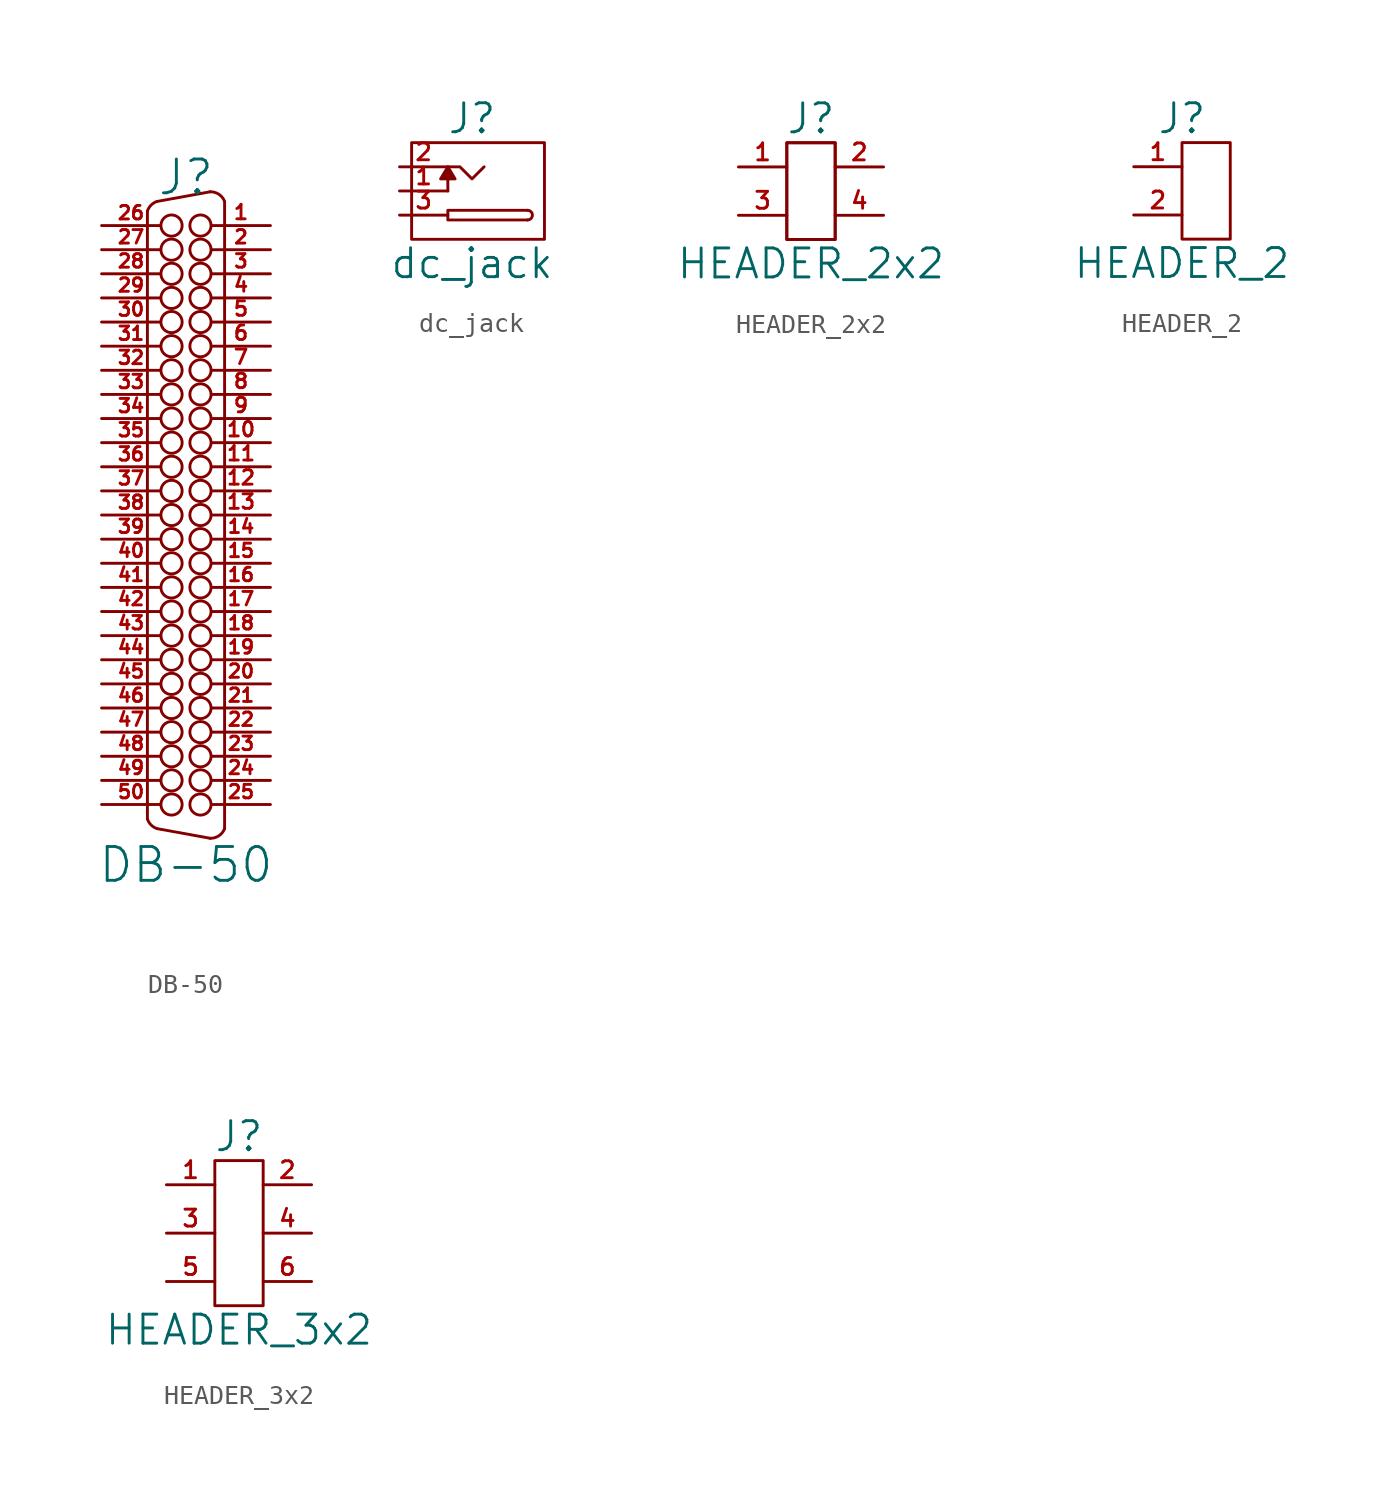
<source format=kicad_sym>
(kicad_symbol_lib
  (version 20201005)
  (generator kicad_symbol_editor)
  (symbol "DB-50"
    (pin_names
      (offset 1.016) hide)
    (property "Reference" "J"
      (at 0 17.78 0)
      (effects (font (size 1.778 1.778))))
    (property "Value" "DB-50"
      (at 0 -18.415 0)
      (effects (font (size 1.778 1.778))))
    (property "Footprint" ""
      (at 0 0 0)
      (effects (font (size 1.524 1.524))))
    (property "Datasheet" ""
      (at 0 0 0)
      (effects (font (size 1.524 1.524))))
    (symbol "DB-50_0_1"
      (arc (start -2.032 -16.002) (end -1.524 -16.51) (radius (at -1.27 -15.748) (length 0.7874) (angles -161.5 -108.4)) (stroke (width 0)) (fill (type none)))
      (arc (start -2.032 16.002) (end -1.524 16.51) (radius (at -1.27 15.748) (length 0.7874) (angles 161.5 108.4)) (stroke (width 0)) (fill (type none)))
      (arc (start 1.27 -17.018) (end 2.032 -16.51) (radius (at 1.2954 -16.2306) (length 0.7874) (angles -91.8 -20.7)) (stroke (width 0)) (fill (type none)))
      (arc (start 2.032 16.51) (end 1.27 17.018) (radius (at 1.2954 16.2306) (length 0.7874) (angles 20.7 91.8)) (stroke (width 0)) (fill (type none)))
      (circle (center -0.762 -15.24) (radius 0.559) (stroke (width 0)) (fill (type none)))
      (circle (center -0.762 -13.97) (radius 0.559) (stroke (width 0)) (fill (type none)))
      (circle (center -0.762 -12.7) (radius 0.559) (stroke (width 0)) (fill (type none)))
      (circle (center -0.762 -11.43) (radius 0.559) (stroke (width 0)) (fill (type none)))
      (circle (center -0.762 -10.16) (radius 0.559) (stroke (width 0)) (fill (type none)))
      (circle (center -0.762 -8.89) (radius 0.559) (stroke (width 0)) (fill (type none)))
      (circle (center -0.762 -7.62) (radius 0.559) (stroke (width 0)) (fill (type none)))
      (circle (center -0.762 -6.35) (radius 0.559) (stroke (width 0)) (fill (type none)))
      (circle (center -0.762 -5.08) (radius 0.559) (stroke (width 0)) (fill (type none)))
      (circle (center -0.762 -3.81) (radius 0.559) (stroke (width 0)) (fill (type none)))
      (circle (center -0.762 -2.54) (radius 0.559) (stroke (width 0)) (fill (type none)))
      (circle (center -0.762 -1.27) (radius 0.559) (stroke (width 0)) (fill (type none)))
      (circle (center -0.762 0) (radius 0.559) (stroke (width 0)) (fill (type none)))
      (circle (center -0.762 1.27) (radius 0.559) (stroke (width 0)) (fill (type none)))
      (circle (center -0.762 2.54) (radius 0.559) (stroke (width 0)) (fill (type none)))
      (circle (center -0.762 3.81) (radius 0.559) (stroke (width 0)) (fill (type none)))
      (circle (center -0.762 5.08) (radius 0.559) (stroke (width 0)) (fill (type none)))
      (circle (center -0.762 6.35) (radius 0.559) (stroke (width 0)) (fill (type none)))
      (circle (center -0.762 7.62) (radius 0.559) (stroke (width 0)) (fill (type none)))
      (circle (center -0.762 8.89) (radius 0.559) (stroke (width 0)) (fill (type none)))
      (circle (center -0.762 10.16) (radius 0.559) (stroke (width 0)) (fill (type none)))
      (circle (center -0.762 11.43) (radius 0.559) (stroke (width 0)) (fill (type none)))
      (circle (center -0.762 12.7) (radius 0.559) (stroke (width 0)) (fill (type none)))
      (circle (center -0.762 13.97) (radius 0.559) (stroke (width 0)) (fill (type none)))
      (circle (center -0.762 15.24) (radius 0.559) (stroke (width 0)) (fill (type none)))
      (circle (center 0.762 -15.24) (radius 0.559) (stroke (width 0)) (fill (type none)))
      (circle (center 0.762 -13.97) (radius 0.559) (stroke (width 0)) (fill (type none)))
      (circle (center 0.762 -12.7) (radius 0.559) (stroke (width 0)) (fill (type none)))
      (circle (center 0.762 -11.43) (radius 0.559) (stroke (width 0)) (fill (type none)))
      (circle (center 0.762 -10.16) (radius 0.559) (stroke (width 0)) (fill (type none)))
      (circle (center 0.762 -8.89) (radius 0.559) (stroke (width 0)) (fill (type none)))
      (circle (center 0.762 -7.62) (radius 0.559) (stroke (width 0)) (fill (type none)))
      (circle (center 0.762 -6.35) (radius 0.559) (stroke (width 0)) (fill (type none)))
      (circle (center 0.762 -5.08) (radius 0.559) (stroke (width 0)) (fill (type none)))
      (circle (center 0.762 -3.81) (radius 0.559) (stroke (width 0)) (fill (type none)))
      (circle (center 0.762 -2.54) (radius 0.559) (stroke (width 0)) (fill (type none)))
      (circle (center 0.762 -1.27) (radius 0.559) (stroke (width 0)) (fill (type none)))
      (circle (center 0.762 0) (radius 0.559) (stroke (width 0)) (fill (type none)))
      (circle (center 0.762 1.27) (radius 0.559) (stroke (width 0)) (fill (type none)))
      (circle (center 0.762 2.54) (radius 0.559) (stroke (width 0)) (fill (type none)))
      (circle (center 0.762 3.81) (radius 0.559) (stroke (width 0)) (fill (type none)))
      (circle (center 0.762 5.08) (radius 0.559) (stroke (width 0)) (fill (type none)))
      (circle (center 0.762 6.35) (radius 0.559) (stroke (width 0)) (fill (type none)))
      (circle (center 0.762 7.62) (radius 0.559) (stroke (width 0)) (fill (type none)))
      (circle (center 0.762 8.89) (radius 0.559) (stroke (width 0)) (fill (type none)))
      (circle (center 0.762 10.16) (radius 0.559) (stroke (width 0)) (fill (type none)))
      (circle (center 0.762 11.43) (radius 0.559) (stroke (width 0)) (fill (type none)))
      (circle (center 0.762 12.7) (radius 0.559) (stroke (width 0)) (fill (type none)))
      (circle (center 0.762 13.97) (radius 0.559) (stroke (width 0)) (fill (type none)))
      (circle (center 0.762 15.24) (radius 0.559) (stroke (width 0)) (fill (type none)))
      (polyline (pts (xy -2.032 16.002) (xy -2.032 -15.977)) (stroke (width 0)) (fill (type none)))
      (polyline (pts (xy 2.032 -16.51) (xy 2.032 16.485)) (stroke (width 0)) (fill (type none)))
      (polyline (pts (xy -1.524 -16.51) (xy 1.27 -17.018) (xy 1.27 -17.018)) (stroke (width 0)) (fill (type none)))
      (polyline (pts (xy -1.524 16.51) (xy 1.27 17.018) (xy 1.27 17.018)) (stroke (width 0)) (fill (type none))))
    (symbol "DB-50_1_1"
      (pin passive line (at 4.445 15.24 180) (length 3.099) (name "~" (effects (font (size 0.762 0.762)))) (number "1" (effects (font (size 0.762 0.762)))))
      (pin passive line (at 4.445 3.81 180) (length 3.099) (name "~" (effects (font (size 0.762 0.762)))) (number "10" (effects (font (size 0.762 0.762)))))
      (pin passive line (at 4.445 2.54 180) (length 3.099) (name "~" (effects (font (size 0.762 0.762)))) (number "11" (effects (font (size 0.762 0.762)))))
      (pin passive line (at 4.445 1.27 180) (length 3.099) (name "~" (effects (font (size 0.762 0.762)))) (number "12" (effects (font (size 0.762 0.762)))))
      (pin passive line (at 4.445 0 180) (length 3.099) (name "~" (effects (font (size 0.762 0.762)))) (number "13" (effects (font (size 0.762 0.762)))))
      (pin passive line (at 4.445 -1.27 180) (length 3.099) (name "~" (effects (font (size 0.711 0.711)))) (number "14" (effects (font (size 0.711 0.711)))))
      (pin passive line (at 4.445 -2.54 180) (length 3.099) (name "~" (effects (font (size 0.711 0.711)))) (number "15" (effects (font (size 0.711 0.711)))))
      (pin passive line (at 4.445 -3.81 180) (length 3.099) (name "~" (effects (font (size 0.711 0.711)))) (number "16" (effects (font (size 0.711 0.711)))))
      (pin passive line (at 4.445 -5.08 180) (length 3.099) (name "~" (effects (font (size 0.711 0.711)))) (number "17" (effects (font (size 0.711 0.711)))))
      (pin passive line (at 4.445 -6.35 180) (length 3.099) (name "~" (effects (font (size 0.711 0.711)))) (number "18" (effects (font (size 0.711 0.711)))))
      (pin passive line (at 4.445 -7.62 180) (length 3.099) (name "~" (effects (font (size 0.711 0.711)))) (number "19" (effects (font (size 0.711 0.711)))))
      (pin passive line (at 4.445 13.97 180) (length 3.099) (name "~" (effects (font (size 0.711 0.711)))) (number "2" (effects (font (size 0.711 0.711)))))
      (pin passive line (at 4.445 -8.89 180) (length 3.099) (name "~" (effects (font (size 0.711 0.711)))) (number "20" (effects (font (size 0.711 0.711)))))
      (pin passive line (at 4.445 -10.16 180) (length 3.099) (name "~" (effects (font (size 0.711 0.711)))) (number "21" (effects (font (size 0.711 0.711)))))
      (pin passive line (at 4.445 -11.43 180) (length 3.099) (name "~" (effects (font (size 0.711 0.711)))) (number "22" (effects (font (size 0.711 0.711)))))
      (pin passive line (at 4.445 -12.7 180) (length 3.099) (name "~" (effects (font (size 0.711 0.711)))) (number "23" (effects (font (size 0.711 0.711)))))
      (pin passive line (at 4.445 -13.97 180) (length 3.099) (name "~" (effects (font (size 0.711 0.711)))) (number "24" (effects (font (size 0.711 0.711)))))
      (pin passive line (at 4.445 -15.24 180) (length 3.099) (name "~" (effects (font (size 0.711 0.711)))) (number "25" (effects (font (size 0.711 0.711)))))
      (pin passive line (at -4.445 15.24 0) (length 3.099) (name "~" (effects (font (size 0.711 0.711)))) (number "26" (effects (font (size 0.711 0.711)))))
      (pin passive line (at -4.445 13.97 0) (length 3.099) (name "~" (effects (font (size 0.711 0.711)))) (number "27" (effects (font (size 0.711 0.711)))))
      (pin passive line (at -4.445 12.7 0) (length 3.099) (name "~" (effects (font (size 0.711 0.711)))) (number "28" (effects (font (size 0.711 0.711)))))
      (pin passive line (at -4.445 11.43 0) (length 3.099) (name "~" (effects (font (size 0.711 0.711)))) (number "29" (effects (font (size 0.711 0.711)))))
      (pin passive line (at 4.445 12.7 180) (length 3.099) (name "~" (effects (font (size 0.711 0.711)))) (number "3" (effects (font (size 0.711 0.711)))))
      (pin passive line (at -4.445 10.16 0) (length 3.099) (name "~" (effects (font (size 0.711 0.711)))) (number "30" (effects (font (size 0.711 0.711)))))
      (pin passive line (at -4.445 8.89 0) (length 3.099) (name "~" (effects (font (size 0.711 0.711)))) (number "31" (effects (font (size 0.711 0.711)))))
      (pin passive line (at -4.445 7.62 0) (length 3.099) (name "~" (effects (font (size 0.711 0.711)))) (number "32" (effects (font (size 0.711 0.711)))))
      (pin passive line (at -4.445 6.35 0) (length 3.099) (name "~" (effects (font (size 0.711 0.711)))) (number "33" (effects (font (size 0.711 0.711)))))
      (pin passive line (at -4.445 5.08 0) (length 3.099) (name "~" (effects (font (size 0.711 0.711)))) (number "34" (effects (font (size 0.711 0.711)))))
      (pin passive line (at -4.445 3.81 0) (length 3.099) (name "~" (effects (font (size 0.711 0.711)))) (number "35" (effects (font (size 0.711 0.711)))))
      (pin passive line (at -4.445 2.54 0) (length 3.099) (name "~" (effects (font (size 0.711 0.711)))) (number "36" (effects (font (size 0.711 0.711)))))
      (pin passive line (at -4.445 1.27 0) (length 3.099) (name "~" (effects (font (size 0.711 0.711)))) (number "37" (effects (font (size 0.711 0.711)))))
      (pin passive line (at -4.445 0 0) (length 3.099) (name "~" (effects (font (size 0.711 0.711)))) (number "38" (effects (font (size 0.711 0.711)))))
      (pin passive line (at -4.445 -1.27 0) (length 3.099) (name "~" (effects (font (size 0.711 0.711)))) (number "39" (effects (font (size 0.711 0.711)))))
      (pin passive line (at 4.445 11.43 180) (length 3.099) (name "~" (effects (font (size 0.762 0.762)))) (number "4" (effects (font (size 0.762 0.762)))))
      (pin passive line (at -4.445 -2.54 0) (length 3.099) (name "~" (effects (font (size 0.711 0.711)))) (number "40" (effects (font (size 0.711 0.711)))))
      (pin passive line (at -4.445 -3.81 0) (length 3.099) (name "~" (effects (font (size 0.711 0.711)))) (number "41" (effects (font (size 0.711 0.711)))))
      (pin passive line (at -4.445 -5.08 0) (length 3.099) (name "~" (effects (font (size 0.711 0.711)))) (number "42" (effects (font (size 0.711 0.711)))))
      (pin passive line (at -4.445 -6.35 0) (length 3.099) (name "~" (effects (font (size 0.711 0.711)))) (number "43" (effects (font (size 0.711 0.711)))))
      (pin passive line (at -4.445 -7.62 0) (length 3.099) (name "~" (effects (font (size 0.711 0.711)))) (number "44" (effects (font (size 0.711 0.711)))))
      (pin passive line (at -4.445 -8.89 0) (length 3.099) (name "~" (effects (font (size 0.711 0.711)))) (number "45" (effects (font (size 0.711 0.711)))))
      (pin passive line (at -4.445 -10.16 0) (length 3.099) (name "~" (effects (font (size 0.711 0.711)))) (number "46" (effects (font (size 0.711 0.711)))))
      (pin passive line (at -4.445 -11.43 0) (length 3.099) (name "~" (effects (font (size 0.711 0.711)))) (number "47" (effects (font (size 0.711 0.711)))))
      (pin passive line (at -4.445 -12.7 0) (length 3.099) (name "~" (effects (font (size 0.711 0.711)))) (number "48" (effects (font (size 0.711 0.711)))))
      (pin passive line (at -4.445 -13.97 0) (length 3.099) (name "~" (effects (font (size 0.711 0.711)))) (number "49" (effects (font (size 0.711 0.711)))))
      (pin passive line (at 4.445 10.16 180) (length 3.099) (name "~" (effects (font (size 0.762 0.762)))) (number "5" (effects (font (size 0.762 0.762)))))
      (pin passive line (at -4.445 -15.24 0) (length 3.099) (name "~" (effects (font (size 0.711 0.711)))) (number "50" (effects (font (size 0.711 0.711)))))
      (pin passive line (at 4.445 8.89 180) (length 3.099) (name "~" (effects (font (size 0.762 0.762)))) (number "6" (effects (font (size 0.762 0.762)))))
      (pin passive line (at 4.445 7.62 180) (length 3.099) (name "~" (effects (font (size 0.762 0.762)))) (number "7" (effects (font (size 0.762 0.762)))))
      (pin passive line (at 4.445 6.35 180) (length 3.099) (name "~" (effects (font (size 0.762 0.762)))) (number "8" (effects (font (size 0.762 0.762)))))
      (pin passive line (at 4.445 5.08 180) (length 3.099) (name "~" (effects (font (size 0.762 0.762)))) (number "9" (effects (font (size 0.762 0.762)))))))
  (symbol "dc_jack"
    (pin_names
      (offset 0) hide)
    (property "Reference" "J"
      (at 0 3.81 0)
      (effects (font (size 1.524 1.524))))
    (property "Value" "dc_jack"
      (at 0 -3.81 0)
      (effects (font (size 1.524 1.524))))
    (property "Footprint" ""
      (at 0 0 0)
      (effects (font (size 1.524 1.524))))
    (property "Datasheet" ""
      (at 0 0 0)
      (effects (font (size 1.524 1.524))))
    (symbol "dc_jack_0_1"
      (arc (start 2.921 -1.524) (end 2.921 -1.016) (radius (at 2.921 -1.27) (length 0.254) (angles -89.9 89.9)) (stroke (width 0)) (fill (type none)))
      (rectangle (start -3.175 2.54) (end 3.81 -2.54) (stroke (width 0)) (fill (type none)))
      (polyline (pts (xy -1.27 0) (xy -1.27 0.635)) (stroke (width 0)) (fill (type none)))
      (polyline (pts (xy -1.27 1.27) (xy -0.635 1.27) (xy 0 0.635) (xy 0.635 1.27)) (stroke (width 0)) (fill (type none)))
      (polyline (pts (xy 2.921 -1.016) (xy -1.27 -1.016) (xy -1.27 -1.524) (xy 2.921 -1.524)) (stroke (width 0)) (fill (type none)))
      (polyline (pts (xy -1.27 1.27) (xy -1.651 0.635) (xy -0.889 0.635) (xy -1.27 1.27)) (stroke (width 0)) (fill (type outline))))
    (symbol "dc_jack_1_1"
      (pin passive line (at -3.81 0 0) (length 2.54) (name "1" (effects (font (size 0.686 0.686)))) (number "1" (effects (font (size 0.889 0.889)))))
      (pin passive line (at -3.81 1.27 0) (length 2.54) (name "2" (effects (font (size 0.686 0.686)))) (number "2" (effects (font (size 0.889 0.889)))))
      (pin passive line (at -3.81 -1.27 0) (length 2.54) (name "3" (effects (font (size 0.686 0.686)))) (number "3" (effects (font (size 0.889 0.889)))))))
  (symbol "HEADER_2x2"
    (pin_names
      (offset 0))
    (property "Reference" "J"
      (at 0 3.81 0)
      (effects (font (size 1.524 1.524))))
    (property "Value" "HEADER_2x2"
      (at 0 -3.81 0)
      (effects (font (size 1.524 1.524))))
    (property "Footprint" ""
      (at 0 0 0)
      (effects (font (size 1.524 1.524))))
    (property "Datasheet" ""
      (at 0 0 0)
      (effects (font (size 1.524 1.524))))
    (symbol "HEADER_2x2_0_1"
      (rectangle (start 1.27 2.54) (end -1.27 -2.54) (stroke (width 0)) (fill (type none)))
      (rectangle (start 1.27 2.54) (end -1.27 -2.54) (stroke (width 0)) (fill (type none))))
    (symbol "HEADER_2x2_1_1"
      (pin passive line (at -3.81 1.27 0) (length 2.54) (name "~" (effects (font (size 1.27 1.27)))) (number "1" (effects (font (size 0.889 0.889)))))
      (pin passive line (at 3.81 1.27 180) (length 2.54) (name "~" (effects (font (size 1.27 1.27)))) (number "2" (effects (font (size 0.889 0.889)))))
      (pin passive line (at -3.81 -1.27 0) (length 2.54) (name "~" (effects (font (size 1.27 1.27)))) (number "3" (effects (font (size 0.889 0.889)))))
      (pin passive line (at 3.81 -1.27 180) (length 2.54) (name "~" (effects (font (size 1.27 1.27)))) (number "4" (effects (font (size 0.889 0.889)))))))
  (symbol "HEADER_2"
    (pin_names
      (offset 0))
    (property "Reference" "J"
      (at 0 3.81 0)
      (effects (font (size 1.524 1.524))))
    (property "Value" "HEADER_2"
      (at 0 -3.81 0)
      (effects (font (size 1.524 1.524))))
    (property "Footprint" ""
      (at 0 0 0)
      (effects (font (size 1.524 1.524))))
    (property "Datasheet" ""
      (at 0 0 0)
      (effects (font (size 1.524 1.524))))
    (symbol "HEADER_2_0_1"
      (rectangle (start 2.54 2.54) (end 0 -2.54) (stroke (width 0)) (fill (type none))))
    (symbol "HEADER_2_1_1"
      (pin passive line (at -2.54 1.27 0) (length 2.54) (name "~" (effects (font (size 1.27 1.27)))) (number "1" (effects (font (size 0.889 0.889)))))
      (pin passive line (at -2.54 -1.27 0) (length 2.54) (name "~" (effects (font (size 1.27 1.27)))) (number "2" (effects (font (size 0.889 0.889)))))))
  (symbol "HEADER_3x2"
    (pin_names
      (offset 0))
    (property "Reference" "J"
      (at 0 5.08 0)
      (effects (font (size 1.524 1.524))))
    (property "Value" "HEADER_3x2"
      (at 0 -5.08 0)
      (effects (font (size 1.524 1.524))))
    (property "Footprint" ""
      (at 0 0 0)
      (effects (font (size 1.524 1.524))))
    (property "Datasheet" ""
      (at 0 0 0)
      (effects (font (size 1.524 1.524))))
    (symbol "HEADER_3x2_0_1"
      (rectangle (start 1.27 3.81) (end -1.27 -3.81) (stroke (width 0)) (fill (type none))))
    (symbol "HEADER_3x2_1_1"
      (pin passive line (at -3.81 2.54 0) (length 2.54) (name "~" (effects (font (size 1.27 1.27)))) (number "1" (effects (font (size 0.889 0.889)))))
      (pin passive line (at 3.81 2.54 180) (length 2.54) (name "~" (effects (font (size 1.27 1.27)))) (number "2" (effects (font (size 0.889 0.889)))))
      (pin passive line (at -3.81 0 0) (length 2.54) (name "~" (effects (font (size 1.27 1.27)))) (number "3" (effects (font (size 0.889 0.889)))))
      (pin passive line (at 3.81 0 180) (length 2.54) (name "~" (effects (font (size 1.27 1.27)))) (number "4" (effects (font (size 0.889 0.889)))))
      (pin passive line (at -3.81 -2.54 0) (length 2.54) (name "~" (effects (font (size 1.27 1.27)))) (number "5" (effects (font (size 0.889 0.889)))))
      (pin passive line (at 3.81 -2.54 180) (length 2.54) (name "~" (effects (font (size 1.27 1.27)))) (number "6" (effects (font (size 0.889 0.889))))))))
</source>
